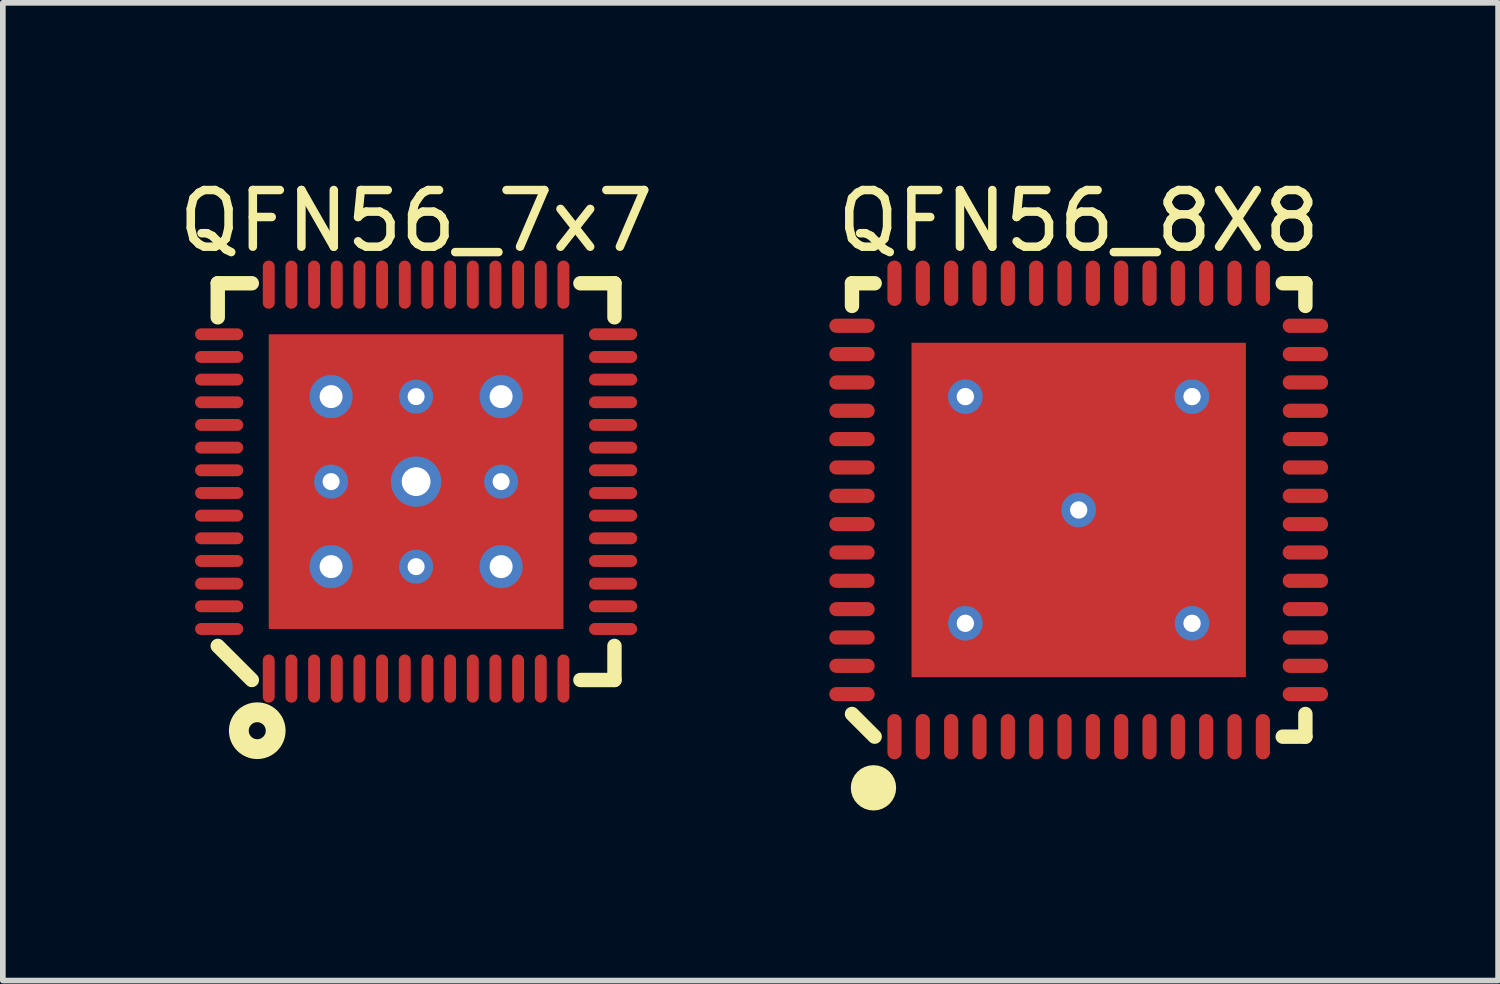
<source format=kicad_pcb>
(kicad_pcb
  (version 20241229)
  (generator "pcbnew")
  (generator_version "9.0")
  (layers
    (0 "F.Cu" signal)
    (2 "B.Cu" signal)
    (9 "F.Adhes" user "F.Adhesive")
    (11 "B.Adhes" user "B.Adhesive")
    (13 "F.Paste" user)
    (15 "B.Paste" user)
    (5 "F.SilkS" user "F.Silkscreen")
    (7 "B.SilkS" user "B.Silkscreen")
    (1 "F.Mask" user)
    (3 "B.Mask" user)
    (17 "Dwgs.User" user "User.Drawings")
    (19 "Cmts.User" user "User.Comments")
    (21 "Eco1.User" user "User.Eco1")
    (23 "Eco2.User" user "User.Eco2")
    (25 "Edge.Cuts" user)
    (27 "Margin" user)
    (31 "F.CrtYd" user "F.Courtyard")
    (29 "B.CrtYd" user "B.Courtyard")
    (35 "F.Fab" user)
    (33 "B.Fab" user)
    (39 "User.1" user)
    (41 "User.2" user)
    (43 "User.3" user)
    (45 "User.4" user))
  (footprint "QFN56_7x7"
    (layer "F.Cu")
    (at 4.292 5.448)
    (property "Reference" "QFN56_7x7" (at 0 -4.6 0) (layer "F.SilkS") (effects (font (size 1 1) (thickness 0.15))))
    (fp_line (start -3.5 -3.5) (end -2.899 -3.5) (stroke (width 0.254) (type solid)) (layer "F.SilkS"))
    (fp_line (start -3.5 -2.899) (end -3.5 -3.5) (stroke (width 0.254) (type solid)) (layer "F.SilkS"))
    (fp_line (start -3.5 2.899) (end -2.899 3.5) (stroke (width 0.254) (type solid)) (layer "F.SilkS"))
    (fp_line (start 2.899 -3.5) (end 3.5 -3.5) (stroke (width 0.254) (type solid)) (layer "F.SilkS"))
    (fp_line (start 2.899 3.5) (end 3.5 3.5) (stroke (width 0.254) (type solid)) (layer "F.SilkS"))
    (fp_line (start 3.5 -2.899) (end 3.5 -3.5) (stroke (width 0.254) (type solid)) (layer "F.SilkS"))
    (fp_line (start 3.5 3.5) (end 3.5 2.899) (stroke (width 0.254) (type solid)) (layer "F.SilkS"))
    (fp_circle (center -2.803 4.395) (end -2.803 4.245) (stroke (width 0.35) (type solid)) (fill no) (layer "F.SilkS"))
    (pad "0" thru_hole circle (at -1.5 -1.5) (size 0.762 0.762) (drill 0.406) (layers "*.Cu" "*.Mask"))
    (pad "0" thru_hole circle (at -1.5 0) (size 0.6 0.6) (drill 0.3) (layers "*.Cu"))
    (pad "0" thru_hole circle (at -1.5 1.5) (size 0.762 0.762) (drill 0.406) (layers "*.Cu" "*.Mask"))
    (pad "0" thru_hole circle (at 0 -1.5) (size 0.6 0.6) (drill 0.3) (layers "*.Cu"))
    (pad "0" thru_hole circle (at 0 0) (size 0.889 0.889) (drill 0.508) (layers "*.Cu" "*.Mask"))
    (pad "0" smd rect (at 0 0) (size 5.2 5.2) (layers "F.Cu" "F.Mask" "F.Paste"))
    (pad "0" thru_hole circle (at 0 1.5) (size 0.6 0.6) (drill 0.3) (layers "*.Cu"))
    (pad "0" thru_hole circle (at 1.5 -1.5) (size 0.762 0.762) (drill 0.406) (layers "*.Cu" "*.Mask"))
    (pad "0" thru_hole circle (at 1.5 0) (size 0.6 0.6) (drill 0.3) (layers "*.Cu"))
    (pad "0" thru_hole circle (at 1.5 1.5) (size 0.762 0.762) (drill 0.406) (layers "*.Cu" "*.Mask"))
    (pad "1" smd oval (at -2.6 3.475 180) (size 0.21 0.85) (layers "F.Cu" "F.Mask" "F.Paste"))
    (pad "2" smd oval (at -2.2 3.475 180) (size 0.21 0.85) (layers "F.Cu" "F.Mask" "F.Paste"))
    (pad "3" smd oval (at -1.8 3.475 180) (size 0.21 0.85) (layers "F.Cu" "F.Mask" "F.Paste"))
    (pad "4" smd oval (at -1.4 3.475 180) (size 0.21 0.85) (layers "F.Cu" "F.Mask" "F.Paste"))
    (pad "5" smd oval (at -1 3.475 180) (size 0.21 0.85) (layers "F.Cu" "F.Mask" "F.Paste"))
    (pad "6" smd oval (at -0.6 3.475 180) (size 0.21 0.85) (layers "F.Cu" "F.Mask" "F.Paste"))
    (pad "7" smd oval (at -0.2 3.475 180) (size 0.21 0.85) (layers "F.Cu" "F.Mask" "F.Paste"))
    (pad "8" smd oval (at 0.2 3.475 180) (size 0.21 0.85) (layers "F.Cu" "F.Mask" "F.Paste"))
    (pad "9" smd oval (at 0.6 3.475 180) (size 0.21 0.85) (layers "F.Cu" "F.Mask" "F.Paste"))
    (pad "10" smd oval (at 1 3.475 180) (size 0.21 0.85) (layers "F.Cu" "F.Mask" "F.Paste"))
    (pad "11" smd oval (at 1.4 3.475 180) (size 0.21 0.85) (layers "F.Cu" "F.Mask" "F.Paste"))
    (pad "12" smd oval (at 1.8 3.475 180) (size 0.21 0.85) (layers "F.Cu" "F.Mask" "F.Paste"))
    (pad "13" smd oval (at 2.2 3.475 180) (size 0.21 0.85) (layers "F.Cu" "F.Mask" "F.Paste"))
    (pad "14" smd oval (at 2.6 3.475 180) (size 0.21 0.85) (layers "F.Cu" "F.Mask" "F.Paste"))
    (pad "15" smd oval (at 3.475 2.6 270) (size 0.21 0.85) (layers "F.Cu" "F.Mask" "F.Paste"))
    (pad "16" smd oval (at 3.475 2.2 270) (size 0.21 0.85) (layers "F.Cu" "F.Mask" "F.Paste"))
    (pad "17" smd oval (at 3.475 1.8 270) (size 0.21 0.85) (layers "F.Cu" "F.Mask" "F.Paste"))
    (pad "18" smd oval (at 3.475 1.4 270) (size 0.21 0.85) (layers "F.Cu" "F.Mask" "F.Paste"))
    (pad "19" smd oval (at 3.475 1 270) (size 0.21 0.85) (layers "F.Cu" "F.Mask" "F.Paste"))
    (pad "20" smd oval (at 3.475 0.6 270) (size 0.21 0.85) (layers "F.Cu" "F.Mask" "F.Paste"))
    (pad "21" smd oval (at 3.475 0.2 270) (size 0.21 0.85) (layers "F.Cu" "F.Mask" "F.Paste"))
    (pad "22" smd oval (at 3.475 -0.2 270) (size 0.21 0.85) (layers "F.Cu" "F.Mask" "F.Paste"))
    (pad "23" smd oval (at 3.475 -0.6 270) (size 0.21 0.85) (layers "F.Cu" "F.Mask" "F.Paste"))
    (pad "24" smd oval (at 3.475 -1 270) (size 0.21 0.85) (layers "F.Cu" "F.Mask" "F.Paste"))
    (pad "25" smd oval (at 3.475 -1.4 270) (size 0.21 0.85) (layers "F.Cu" "F.Mask" "F.Paste"))
    (pad "26" smd oval (at 3.475 -1.8 270) (size 0.21 0.85) (layers "F.Cu" "F.Mask" "F.Paste"))
    (pad "27" smd oval (at 3.475 -2.2 270) (size 0.21 0.85) (layers "F.Cu" "F.Mask" "F.Paste"))
    (pad "28" smd oval (at 3.475 -2.6 270) (size 0.21 0.85) (layers "F.Cu" "F.Mask" "F.Paste"))
    (pad "29" smd oval (at 2.6 -3.475 180) (size 0.21 0.85) (layers "F.Cu" "F.Mask" "F.Paste"))
    (pad "30" smd oval (at 2.2 -3.475 180) (size 0.21 0.85) (layers "F.Cu" "F.Mask" "F.Paste"))
    (pad "31" smd oval (at 1.8 -3.475 180) (size 0.21 0.85) (layers "F.Cu" "F.Mask" "F.Paste"))
    (pad "32" smd oval (at 1.4 -3.475 180) (size 0.21 0.85) (layers "F.Cu" "F.Mask" "F.Paste"))
    (pad "33" smd oval (at 1 -3.475 180) (size 0.21 0.85) (layers "F.Cu" "F.Mask" "F.Paste"))
    (pad "34" smd oval (at 0.6 -3.475 180) (size 0.21 0.85) (layers "F.Cu" "F.Mask" "F.Paste"))
    (pad "35" smd oval (at 0.2 -3.475 180) (size 0.21 0.85) (layers "F.Cu" "F.Mask" "F.Paste"))
    (pad "36" smd oval (at -0.2 -3.475 180) (size 0.21 0.85) (layers "F.Cu" "F.Mask" "F.Paste"))
    (pad "37" smd oval (at -0.6 -3.475 180) (size 0.21 0.85) (layers "F.Cu" "F.Mask" "F.Paste"))
    (pad "38" smd oval (at -1 -3.475 180) (size 0.21 0.85) (layers "F.Cu" "F.Mask" "F.Paste"))
    (pad "39" smd oval (at -1.4 -3.475 180) (size 0.21 0.85) (layers "F.Cu" "F.Mask" "F.Paste"))
    (pad "40" smd oval (at -1.8 -3.475 180) (size 0.21 0.85) (layers "F.Cu" "F.Mask" "F.Paste"))
    (pad "41" smd oval (at -2.2 -3.475 180) (size 0.21 0.85) (layers "F.Cu" "F.Mask" "F.Paste"))
    (pad "42" smd oval (at -2.6 -3.475) (size 0.21 0.85) (layers "F.Cu" "F.Mask" "F.Paste"))
    (pad "43" smd oval (at -3.475 -2.6 90) (size 0.21 0.85) (layers "F.Cu" "F.Mask" "F.Paste"))
    (pad "44" smd oval (at -3.475 -2.2 90) (size 0.21 0.85) (layers "F.Cu" "F.Mask" "F.Paste"))
    (pad "45" smd oval (at -3.475 -1.8 90) (size 0.21 0.85) (layers "F.Cu" "F.Mask" "F.Paste"))
    (pad "46" smd oval (at -3.475 -1.4 90) (size 0.21 0.85) (layers "F.Cu" "F.Mask" "F.Paste"))
    (pad "47" smd oval (at -3.475 -1 90) (size 0.21 0.85) (layers "F.Cu" "F.Mask" "F.Paste"))
    (pad "48" smd oval (at -3.475 -0.6 90) (size 0.21 0.85) (layers "F.Cu" "F.Mask" "F.Paste"))
    (pad "49" smd oval (at -3.475 -0.2 90) (size 0.21 0.85) (layers "F.Cu" "F.Mask" "F.Paste"))
    (pad "50" smd oval (at -3.475 0.2 90) (size 0.21 0.85) (layers "F.Cu" "F.Mask" "F.Paste"))
    (pad "51" smd oval (at -3.475 0.6 90) (size 0.21 0.85) (layers "F.Cu" "F.Mask" "F.Paste"))
    (pad "52" smd oval (at -3.475 1 90) (size 0.21 0.85) (layers "F.Cu" "F.Mask" "F.Paste"))
    (pad "53" smd oval (at -3.475 1.4 90) (size 0.21 0.85) (layers "F.Cu" "F.Mask" "F.Paste"))
    (pad "54" smd oval (at -3.475 1.8 90) (size 0.21 0.85) (layers "F.Cu" "F.Mask" "F.Paste"))
    (pad "55" smd oval (at -3.475 2.2 90) (size 0.21 0.85) (layers "F.Cu" "F.Mask" "F.Paste"))
    (pad "56" smd oval (at -3.475 2.6 90) (size 0.21 0.85) (layers "F.Cu" "F.Mask" "F.Paste")))
  (footprint "QFN56_8X8"
    (layer "F.Cu")
    (at 15.983 5.948)
    (property "Reference" "QFN56_8X8" (at 0 -5.1 0) (layer "F.SilkS") (effects (font (size 1 1) (thickness 0.15))))
    (fp_line (start -4 -4) (end -3.6 -4) (stroke (width 0.254) (type solid)) (layer "F.SilkS"))
    (fp_line (start -4 -3.6) (end -4 -4) (stroke (width 0.254) (type solid)) (layer "F.SilkS"))
    (fp_line (start -4 3.6) (end -3.6 4) (stroke (width 0.254) (type solid)) (layer "F.SilkS"))
    (fp_line (start 3.6 -4) (end 4 -4) (stroke (width 0.254) (type solid)) (layer "F.SilkS"))
    (fp_line (start 3.6 4) (end 4 4) (stroke (width 0.254) (type solid)) (layer "F.SilkS"))
    (fp_line (start 4 -3.6) (end 4 -4) (stroke (width 0.254) (type solid)) (layer "F.SilkS"))
    (fp_line (start 4 4) (end 4 3.6) (stroke (width 0.254) (type solid)) (layer "F.SilkS"))
    (fp_circle (center -3.621 4.903) (end -3.621 4.703) (stroke (width 0.4) (type solid)) (fill no) (layer "F.SilkS"))
    (pad "0" thru_hole circle (at -2 -2) (size 0.61 0.61) (drill 0.305) (layers "*.Cu" "*.Mask"))
    (pad "0" thru_hole circle (at -2 2) (size 0.61 0.61) (drill 0.305) (layers "*.Cu" "*.Mask"))
    (pad "0" thru_hole circle (at 0 0) (size 0.61 0.61) (drill 0.305) (layers "*.Cu" "*.Mask"))
    (pad "0" smd rect (at 0 0) (size 5.9 5.9) (layers "F.Cu" "F.Mask" "F.Paste"))
    (pad "0" thru_hole circle (at 2 -2) (size 0.61 0.61) (drill 0.305) (layers "*.Cu" "*.Mask"))
    (pad "0" thru_hole circle (at 2 2) (size 0.61 0.61) (drill 0.305) (layers "*.Cu" "*.Mask"))
    (pad "1" smd oval (at -3.25 4) (size 0.25 0.8) (layers "F.Cu" "F.Mask" "F.Paste"))
    (pad "2" smd oval (at -2.75 4) (size 0.25 0.8) (layers "F.Cu" "F.Mask" "F.Paste"))
    (pad "3" smd oval (at -2.25 4) (size 0.25 0.8) (layers "F.Cu" "F.Mask" "F.Paste"))
    (pad "4" smd oval (at -1.75 4) (size 0.25 0.8) (layers "F.Cu" "F.Mask" "F.Paste"))
    (pad "5" smd oval (at -1.25 4) (size 0.25 0.8) (layers "F.Cu" "F.Mask" "F.Paste"))
    (pad "6" smd oval (at -0.75 4) (size 0.25 0.8) (layers "F.Cu" "F.Mask" "F.Paste"))
    (pad "7" smd oval (at -0.25 4) (size 0.25 0.8) (layers "F.Cu" "F.Mask" "F.Paste"))
    (pad "8" smd oval (at 0.25 4) (size 0.25 0.8) (layers "F.Cu" "F.Mask" "F.Paste"))
    (pad "9" smd oval (at 0.75 4) (size 0.25 0.8) (layers "F.Cu" "F.Mask" "F.Paste"))
    (pad "10" smd oval (at 1.25 4) (size 0.25 0.8) (layers "F.Cu" "F.Mask" "F.Paste"))
    (pad "11" smd oval (at 1.75 4) (size 0.25 0.8) (layers "F.Cu" "F.Mask" "F.Paste"))
    (pad "12" smd oval (at 2.25 4) (size 0.25 0.8) (layers "F.Cu" "F.Mask" "F.Paste"))
    (pad "13" smd oval (at 2.75 4) (size 0.25 0.8) (layers "F.Cu" "F.Mask" "F.Paste"))
    (pad "14" smd oval (at 3.25 4) (size 0.25 0.8) (layers "F.Cu" "F.Mask" "F.Paste"))
    (pad "15" smd oval (at 4 3.25 90) (size 0.25 0.8) (layers "F.Cu" "F.Mask" "F.Paste"))
    (pad "16" smd oval (at 4 2.75 90) (size 0.25 0.8) (layers "F.Cu" "F.Mask" "F.Paste"))
    (pad "17" smd oval (at 4 2.25 90) (size 0.25 0.8) (layers "F.Cu" "F.Mask" "F.Paste"))
    (pad "18" smd oval (at 4 1.75 90) (size 0.25 0.8) (layers "F.Cu" "F.Mask" "F.Paste"))
    (pad "19" smd oval (at 4 1.25 90) (size 0.25 0.8) (layers "F.Cu" "F.Mask" "F.Paste"))
    (pad "20" smd oval (at 4 0.75 90) (size 0.25 0.8) (layers "F.Cu" "F.Mask" "F.Paste"))
    (pad "21" smd oval (at 4 0.25 90) (size 0.25 0.8) (layers "F.Cu" "F.Mask" "F.Paste"))
    (pad "22" smd oval (at 4 -0.25 90) (size 0.25 0.8) (layers "F.Cu" "F.Mask" "F.Paste"))
    (pad "23" smd oval (at 4 -0.75 90) (size 0.25 0.8) (layers "F.Cu" "F.Mask" "F.Paste"))
    (pad "24" smd oval (at 4 -1.25 90) (size 0.25 0.8) (layers "F.Cu" "F.Mask" "F.Paste"))
    (pad "25" smd oval (at 4 -1.75 90) (size 0.25 0.8) (layers "F.Cu" "F.Mask" "F.Paste"))
    (pad "26" smd oval (at 4 -2.25 90) (size 0.25 0.8) (layers "F.Cu" "F.Mask" "F.Paste"))
    (pad "27" smd oval (at 4 -2.75 90) (size 0.25 0.8) (layers "F.Cu" "F.Mask" "F.Paste"))
    (pad "28" smd oval (at 4 -3.25 90) (size 0.25 0.8) (layers "F.Cu" "F.Mask" "F.Paste"))
    (pad "29" smd oval (at 3.25 -4 180) (size 0.25 0.8) (layers "F.Cu" "F.Mask" "F.Paste"))
    (pad "30" smd oval (at 2.75 -4 180) (size 0.25 0.8) (layers "F.Cu" "F.Mask" "F.Paste"))
    (pad "31" smd oval (at 2.25 -4 180) (size 0.25 0.8) (layers "F.Cu" "F.Mask" "F.Paste"))
    (pad "32" smd oval (at 1.75 -4 180) (size 0.25 0.8) (layers "F.Cu" "F.Mask" "F.Paste"))
    (pad "33" smd oval (at 1.25 -4 180) (size 0.25 0.8) (layers "F.Cu" "F.Mask" "F.Paste"))
    (pad "34" smd oval (at 0.75 -4 180) (size 0.25 0.8) (layers "F.Cu" "F.Mask" "F.Paste"))
    (pad "35" smd oval (at 0.25 -4 180) (size 0.25 0.8) (layers "F.Cu" "F.Mask" "F.Paste"))
    (pad "36" smd oval (at -0.25 -4 180) (size 0.25 0.8) (layers "F.Cu" "F.Mask" "F.Paste"))
    (pad "37" smd oval (at -0.75 -4 180) (size 0.25 0.8) (layers "F.Cu" "F.Mask" "F.Paste"))
    (pad "38" smd oval (at -1.25 -4 180) (size 0.25 0.8) (layers "F.Cu" "F.Mask" "F.Paste"))
    (pad "39" smd oval (at -1.75 -4 180) (size 0.25 0.8) (layers "F.Cu" "F.Mask" "F.Paste"))
    (pad "40" smd oval (at -2.25 -4 180) (size 0.25 0.8) (layers "F.Cu" "F.Mask" "F.Paste"))
    (pad "41" smd oval (at -2.75 -4 180) (size 0.25 0.8) (layers "F.Cu" "F.Mask" "F.Paste"))
    (pad "42" smd oval (at -3.25 -4 180) (size 0.25 0.8) (layers "F.Cu" "F.Mask" "F.Paste"))
    (pad "43" smd oval (at -4 -3.25 270) (size 0.25 0.8) (layers "F.Cu" "F.Mask" "F.Paste"))
    (pad "44" smd oval (at -4 -2.75 270) (size 0.25 0.8) (layers "F.Cu" "F.Mask" "F.Paste"))
    (pad "45" smd oval (at -4 -2.25 270) (size 0.25 0.8) (layers "F.Cu" "F.Mask" "F.Paste"))
    (pad "46" smd oval (at -4 -1.75 270) (size 0.25 0.8) (layers "F.Cu" "F.Mask" "F.Paste"))
    (pad "47" smd oval (at -4 -1.25 270) (size 0.25 0.8) (layers "F.Cu" "F.Mask" "F.Paste"))
    (pad "48" smd oval (at -4 -0.75 270) (size 0.25 0.8) (layers "F.Cu" "F.Mask" "F.Paste"))
    (pad "49" smd oval (at -4 -0.25 270) (size 0.25 0.8) (layers "F.Cu" "F.Mask" "F.Paste"))
    (pad "50" smd oval (at -4 0.25 270) (size 0.25 0.8) (layers "F.Cu" "F.Mask" "F.Paste"))
    (pad "51" smd oval (at -4 0.75 270) (size 0.25 0.8) (layers "F.Cu" "F.Mask" "F.Paste"))
    (pad "52" smd oval (at -4 1.25 270) (size 0.25 0.8) (layers "F.Cu" "F.Mask" "F.Paste"))
    (pad "53" smd oval (at -4 1.75 270) (size 0.25 0.8) (layers "F.Cu" "F.Mask" "F.Paste"))
    (pad "54" smd oval (at -4 2.25 270) (size 0.25 0.8) (layers "F.Cu" "F.Mask" "F.Paste"))
    (pad "55" smd oval (at -4 2.75 270) (size 0.25 0.8) (layers "F.Cu" "F.Mask" "F.Paste"))
    (pad "56" smd oval (at -4 3.25 270) (size 0.25 0.8) (layers "F.Cu" "F.Mask" "F.Paste")))
  (gr_rect
    (start -3 -3)
    (end 23.383 14.252)
    (stroke (width 0.1) (type default))
    (fill no)
    (layer "Edge.Cuts")))
</source>
